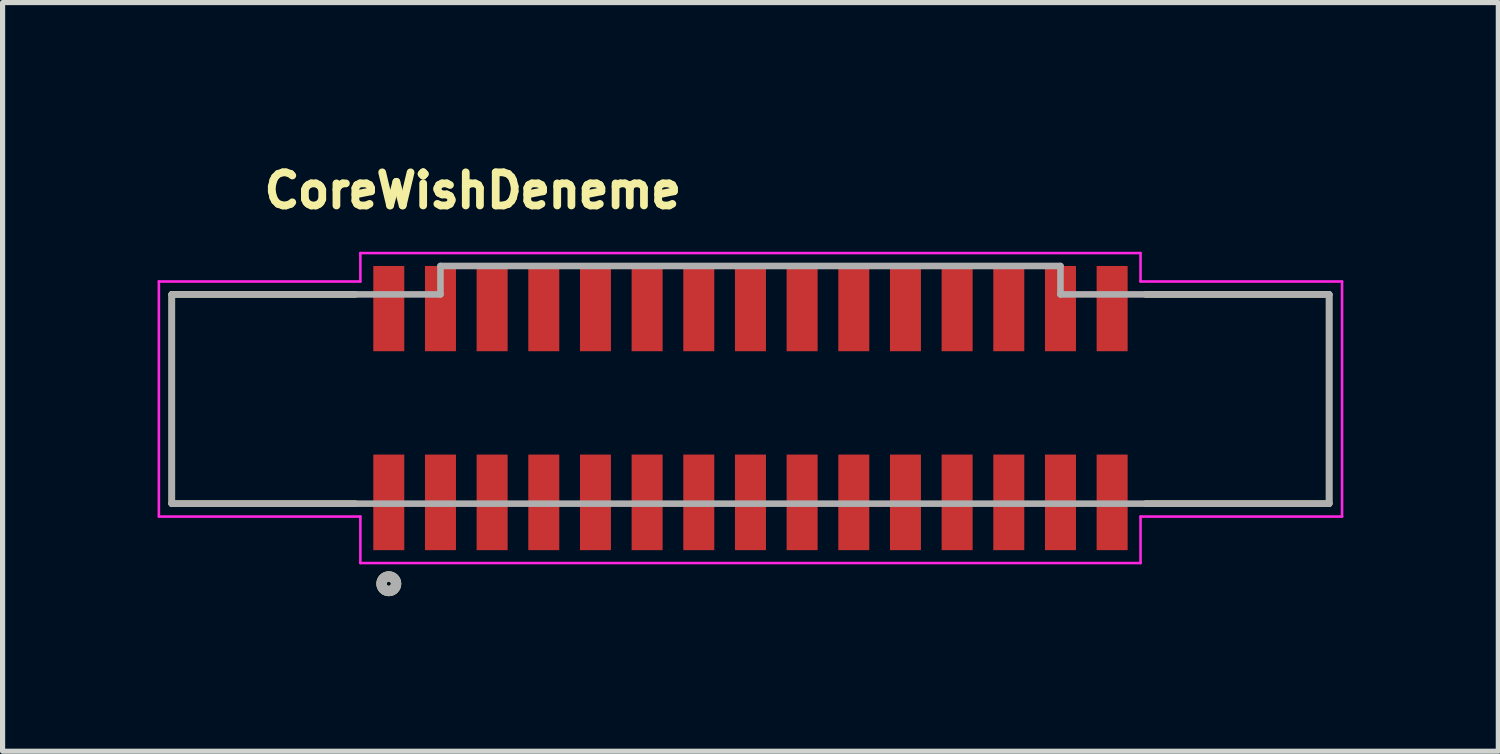
<source format=kicad_pcb>
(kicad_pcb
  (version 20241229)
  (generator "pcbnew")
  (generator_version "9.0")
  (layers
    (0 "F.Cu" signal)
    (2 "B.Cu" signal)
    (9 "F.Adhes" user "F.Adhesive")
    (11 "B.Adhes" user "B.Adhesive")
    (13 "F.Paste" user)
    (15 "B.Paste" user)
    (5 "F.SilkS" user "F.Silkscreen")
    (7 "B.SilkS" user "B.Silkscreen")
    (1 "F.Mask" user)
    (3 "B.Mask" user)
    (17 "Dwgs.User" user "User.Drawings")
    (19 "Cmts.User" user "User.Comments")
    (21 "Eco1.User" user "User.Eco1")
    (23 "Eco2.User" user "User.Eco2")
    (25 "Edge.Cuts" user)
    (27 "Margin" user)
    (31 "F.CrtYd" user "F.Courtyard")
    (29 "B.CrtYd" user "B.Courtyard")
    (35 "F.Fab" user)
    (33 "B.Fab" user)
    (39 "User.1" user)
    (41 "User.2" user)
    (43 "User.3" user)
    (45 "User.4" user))
  (footprint "CoreWishDeneme"
    (layer "F.Cu")
    (at 11.475 4.648)
    (property "Reference" "CoreWishDeneme" (at -5.373 -4.01 0) (layer "F.SilkS") (effects (font (size 0.641 0.641) (thickness 0.15))))
    (attr smd)
    (fp_line (start -11.2 -2) (end -7.65 -2) (stroke (width 0.127) (type solid)) (layer "F.SilkS"))
    (fp_line (start -11.2 2.05) (end -11.2 -2) (stroke (width 0.127) (type solid)) (layer "F.SilkS"))
    (fp_line (start -11.2 2.05) (end -7.65 2.05) (stroke (width 0.127) (type solid)) (layer "F.SilkS"))
    (fp_line (start 11.2 -2) (end 7.65 -2) (stroke (width 0.127) (type solid)) (layer "F.SilkS"))
    (fp_line (start 11.2 2.05) (end 7.65 2.05) (stroke (width 0.127) (type solid)) (layer "F.SilkS"))
    (fp_line (start 11.2 2.05) (end 11.2 -2) (stroke (width 0.127) (type solid)) (layer "F.SilkS"))
    (fp_circle (center -7 3.6) (end -6.859 3.6) (stroke (width 0.2) (type solid)) (fill no) (layer "F.SilkS"))
    (fp_line (start -11.45 -2.25) (end -7.55 -2.25) (stroke (width 0.05) (type solid)) (layer "F.CrtYd"))
    (fp_line (start -11.45 2.3) (end -11.45 -2.25) (stroke (width 0.05) (type solid)) (layer "F.CrtYd"))
    (fp_line (start -7.55 -2.8) (end 7.55 -2.8) (stroke (width 0.05) (type solid)) (layer "F.CrtYd"))
    (fp_line (start -7.55 -2.25) (end -7.55 -2.8) (stroke (width 0.05) (type solid)) (layer "F.CrtYd"))
    (fp_line (start -7.55 2.3) (end -11.45 2.3) (stroke (width 0.05) (type solid)) (layer "F.CrtYd"))
    (fp_line (start -7.55 3.2) (end -7.55 2.3) (stroke (width 0.05) (type solid)) (layer "F.CrtYd"))
    (fp_line (start 7.55 -2.8) (end 7.55 -2.25) (stroke (width 0.05) (type solid)) (layer "F.CrtYd"))
    (fp_line (start 7.55 -2.25) (end 11.45 -2.25) (stroke (width 0.05) (type solid)) (layer "F.CrtYd"))
    (fp_line (start 7.55 2.3) (end 7.55 3.2) (stroke (width 0.05) (type solid)) (layer "F.CrtYd"))
    (fp_line (start 7.55 3.2) (end -7.55 3.2) (stroke (width 0.05) (type solid)) (layer "F.CrtYd"))
    (fp_line (start 11.45 -2.25) (end 11.45 2.3) (stroke (width 0.05) (type solid)) (layer "F.CrtYd"))
    (fp_line (start 11.45 2.3) (end 7.55 2.3) (stroke (width 0.05) (type solid)) (layer "F.CrtYd"))
    (fp_line (start -11.2 -2) (end -6 -2) (stroke (width 0.127) (type solid)) (layer "F.Fab"))
    (fp_line (start -11.2 2.05) (end -11.2 -2) (stroke (width 0.127) (type solid)) (layer "F.Fab"))
    (fp_line (start -6 -2.55) (end 6 -2.55) (stroke (width 0.127) (type solid)) (layer "F.Fab"))
    (fp_line (start -6 -2) (end -6 -2.55) (stroke (width 0.127) (type solid)) (layer "F.Fab"))
    (fp_line (start 6 -2) (end 6 -2.55) (stroke (width 0.127) (type solid)) (layer "F.Fab"))
    (fp_line (start 11.2 -2) (end 6 -2) (stroke (width 0.127) (type solid)) (layer "F.Fab"))
    (fp_line (start 11.2 2.05) (end -11.2 2.05) (stroke (width 0.127) (type solid)) (layer "F.Fab"))
    (fp_line (start 11.2 2.05) (end 11.2 -2) (stroke (width 0.127) (type solid)) (layer "F.Fab"))
    (fp_circle (center -7 3.6) (end -6.859 3.6) (stroke (width 0.2) (type solid)) (fill no) (layer "F.Fab"))
    (pad "1" smd rect (at -7 2.025 180) (size 0.6 1.85) (layers "F.Cu" "F.Mask" "F.Paste"))
    (pad "2" smd rect (at -7 -1.725 180) (size 0.6 1.65) (layers "F.Cu" "F.Mask" "F.Paste"))
    (pad "3" smd rect (at -6 2.025 180) (size 0.6 1.85) (layers "F.Cu" "F.Mask" "F.Paste"))
    (pad "4" smd rect (at -6 -1.725 180) (size 0.6 1.65) (layers "F.Cu" "F.Mask" "F.Paste"))
    (pad "5" smd rect (at -5 2.025 180) (size 0.6 1.85) (layers "F.Cu" "F.Mask" "F.Paste"))
    (pad "6" smd rect (at -5 -1.725 180) (size 0.6 1.65) (layers "F.Cu" "F.Mask" "F.Paste"))
    (pad "7" smd rect (at -4 2.025 180) (size 0.6 1.85) (layers "F.Cu" "F.Mask" "F.Paste"))
    (pad "8" smd rect (at -4 -1.725 180) (size 0.6 1.65) (layers "F.Cu" "F.Mask" "F.Paste"))
    (pad "9" smd rect (at -3 2.025 180) (size 0.6 1.85) (layers "F.Cu" "F.Mask" "F.Paste"))
    (pad "10" smd rect (at -3 -1.725 180) (size 0.6 1.65) (layers "F.Cu" "F.Mask" "F.Paste"))
    (pad "11" smd rect (at -2 2.025 180) (size 0.6 1.85) (layers "F.Cu" "F.Mask" "F.Paste"))
    (pad "12" smd rect (at -2 -1.725 180) (size 0.6 1.65) (layers "F.Cu" "F.Mask" "F.Paste"))
    (pad "13" smd rect (at -1 2.025 180) (size 0.6 1.85) (layers "F.Cu" "F.Mask" "F.Paste"))
    (pad "14" smd rect (at -1 -1.725 180) (size 0.6 1.65) (layers "F.Cu" "F.Mask" "F.Paste"))
    (pad "15" smd rect (at 0 2.025 180) (size 0.6 1.85) (layers "F.Cu" "F.Mask" "F.Paste"))
    (pad "16" smd rect (at 0 -1.725 180) (size 0.6 1.65) (layers "F.Cu" "F.Mask" "F.Paste"))
    (pad "17" smd rect (at 1 2.025 180) (size 0.6 1.85) (layers "F.Cu" "F.Mask" "F.Paste"))
    (pad "18" smd rect (at 1 -1.725 180) (size 0.6 1.65) (layers "F.Cu" "F.Mask" "F.Paste"))
    (pad "19" smd rect (at 2 2.025 180) (size 0.6 1.85) (layers "F.Cu" "F.Mask" "F.Paste"))
    (pad "20" smd rect (at 2 -1.725 180) (size 0.6 1.65) (layers "F.Cu" "F.Mask" "F.Paste"))
    (pad "21" smd rect (at 3 2.025 180) (size 0.6 1.85) (layers "F.Cu" "F.Mask" "F.Paste"))
    (pad "22" smd rect (at 3 -1.725 180) (size 0.6 1.65) (layers "F.Cu" "F.Mask" "F.Paste"))
    (pad "23" smd rect (at 4 2.025 180) (size 0.6 1.85) (layers "F.Cu" "F.Mask" "F.Paste"))
    (pad "24" smd rect (at 4 -1.725 180) (size 0.6 1.65) (layers "F.Cu" "F.Mask" "F.Paste"))
    (pad "25" smd rect (at 5 2.025 180) (size 0.6 1.85) (layers "F.Cu" "F.Mask" "F.Paste"))
    (pad "26" smd rect (at 5 -1.725 180) (size 0.6 1.65) (layers "F.Cu" "F.Mask" "F.Paste"))
    (pad "27" smd rect (at 6 2.025 180) (size 0.6 1.85) (layers "F.Cu" "F.Mask" "F.Paste"))
    (pad "28" smd rect (at 6 -1.725 180) (size 0.6 1.65) (layers "F.Cu" "F.Mask" "F.Paste"))
    (pad "29" smd rect (at 7 2.025 180) (size 0.6 1.85) (layers "F.Cu" "F.Mask" "F.Paste"))
    (pad "30" smd rect (at 7 -1.725 180) (size 0.6 1.65) (layers "F.Cu" "F.Mask" "F.Paste")))
  (gr_rect
    (start -3 -3)
    (end 25.95 11.49)
    (stroke (width 0.1) (type default))
    (fill no)
    (layer "Edge.Cuts")))
</source>
